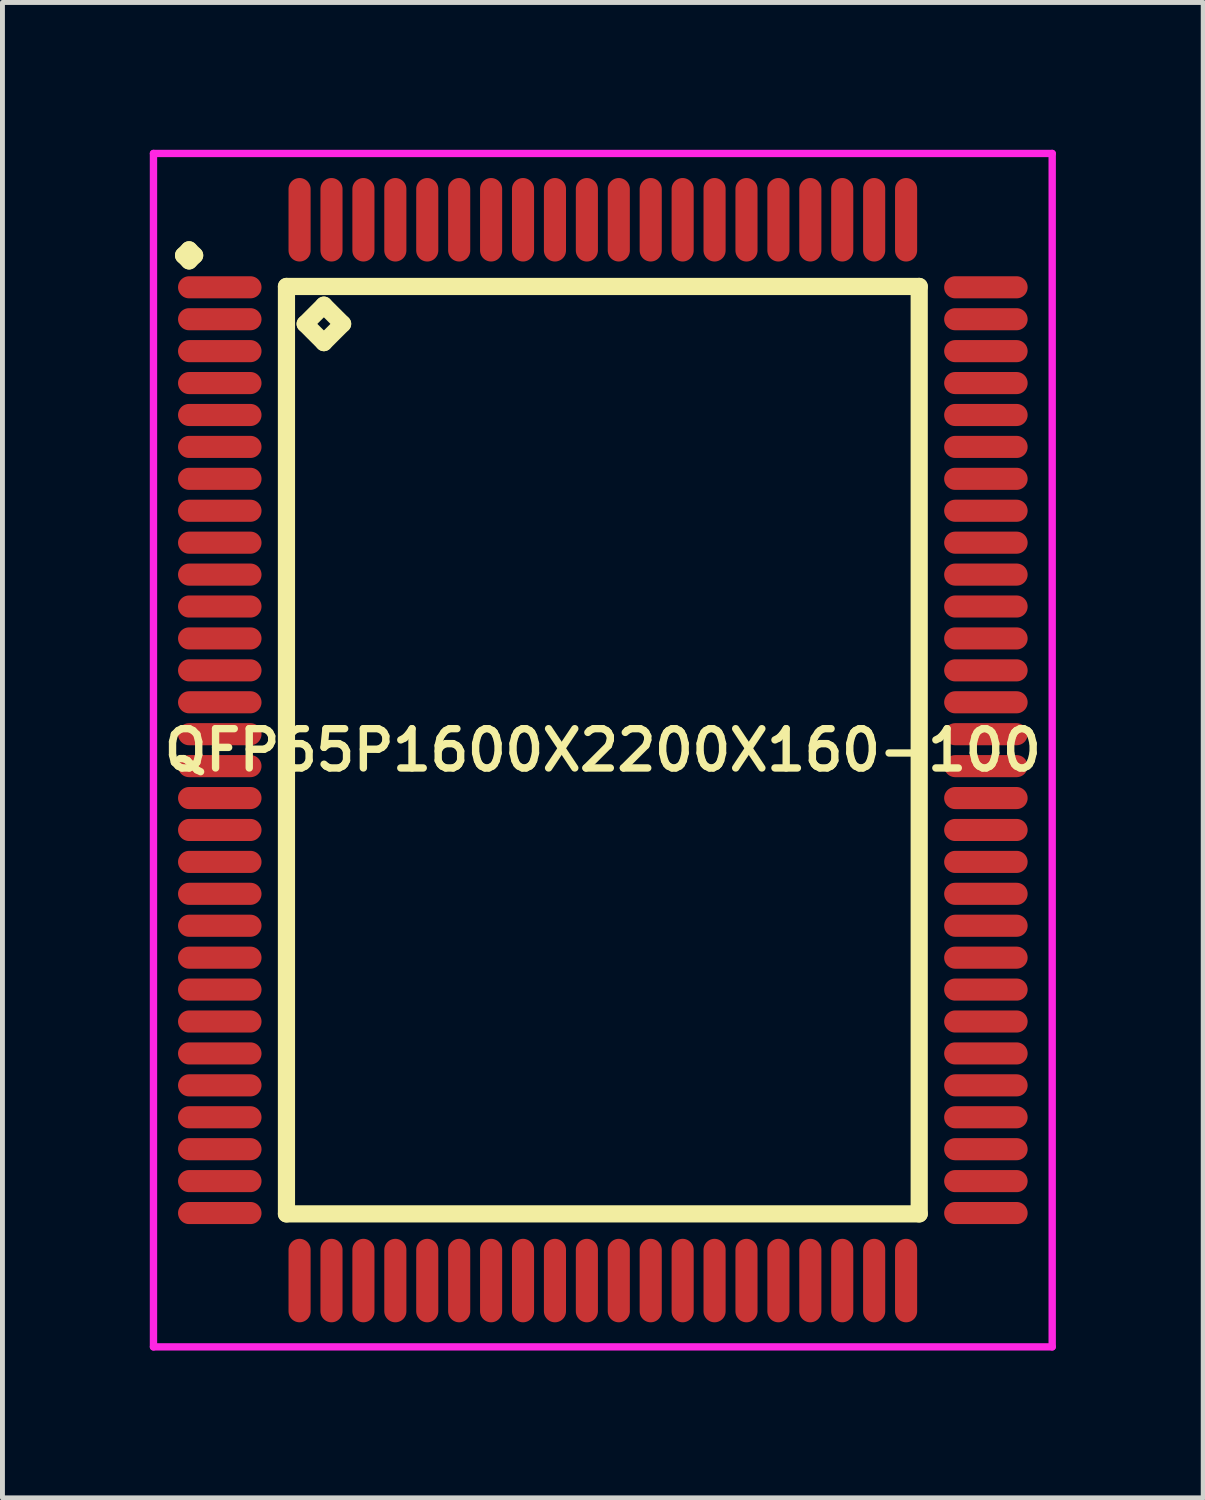
<source format=kicad_pcb>
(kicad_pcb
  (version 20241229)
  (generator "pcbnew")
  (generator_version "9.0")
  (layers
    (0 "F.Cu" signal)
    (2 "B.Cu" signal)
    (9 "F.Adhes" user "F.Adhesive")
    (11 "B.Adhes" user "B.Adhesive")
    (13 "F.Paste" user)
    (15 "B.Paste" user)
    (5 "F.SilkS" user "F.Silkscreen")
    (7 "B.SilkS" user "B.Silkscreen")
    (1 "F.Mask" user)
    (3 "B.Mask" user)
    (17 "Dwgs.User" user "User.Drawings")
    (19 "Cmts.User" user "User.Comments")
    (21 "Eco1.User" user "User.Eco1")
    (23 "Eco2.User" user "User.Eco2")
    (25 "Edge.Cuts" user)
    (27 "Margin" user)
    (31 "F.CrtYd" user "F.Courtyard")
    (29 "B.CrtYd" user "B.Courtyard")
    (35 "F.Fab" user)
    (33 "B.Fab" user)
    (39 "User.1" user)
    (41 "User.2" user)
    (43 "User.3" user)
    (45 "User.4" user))
  (footprint "QFP65P1600X2200X160-100"
    (layer "F.Cu")
    (at 9.225 12.225)
    (property "Reference" "QFP65P1600X2200X160-100" (at 0 0 0) (layer "F.SilkS") (effects (font (size 0.8 0.8) (thickness 0.15))))
    (attr through_hole)
    (fp_line (start -8.537 -10.075) (end -8.425 -10.188) (stroke (width 0.35) (type solid)) (layer "F.SilkS"))
    (fp_line (start -8.425 -10.188) (end -8.312 -10.075) (stroke (width 0.35) (type solid)) (layer "F.SilkS"))
    (fp_line (start -8.425 -9.963) (end -8.537 -10.075) (stroke (width 0.35) (type solid)) (layer "F.SilkS"))
    (fp_line (start -8.312 -10.075) (end -8.425 -9.963) (stroke (width 0.35) (type solid)) (layer "F.SilkS"))
    (fp_line (start -6.442 -9.442) (end -6.442 9.442) (stroke (width 0.35) (type solid)) (layer "F.SilkS"))
    (fp_line (start -6.442 9.442) (end 6.442 9.442) (stroke (width 0.35) (type solid)) (layer "F.SilkS"))
    (fp_line (start -6.061 -8.68) (end -5.68 -9.061) (stroke (width 0.35) (type solid)) (layer "F.SilkS"))
    (fp_line (start -5.68 -9.061) (end -5.299 -8.68) (stroke (width 0.35) (type solid)) (layer "F.SilkS"))
    (fp_line (start -5.68 -8.299) (end -6.061 -8.68) (stroke (width 0.35) (type solid)) (layer "F.SilkS"))
    (fp_line (start -5.299 -8.68) (end -5.68 -8.299) (stroke (width 0.35) (type solid)) (layer "F.SilkS"))
    (fp_line (start 6.442 -9.442) (end -6.442 -9.442) (stroke (width 0.35) (type solid)) (layer "F.SilkS"))
    (fp_line (start 6.442 9.442) (end 6.442 -9.442) (stroke (width 0.35) (type solid)) (layer "F.SilkS"))
    (fp_line (start -9.15 -12.15) (end 9.15 -12.15) (stroke (width 0.15) (type solid)) (layer "F.CrtYd"))
    (fp_line (start -9.15 12.15) (end -9.15 -12.15) (stroke (width 0.15) (type solid)) (layer "F.CrtYd"))
    (fp_line (start 9.15 -12.15) (end 9.15 12.15) (stroke (width 0.15) (type solid)) (layer "F.CrtYd"))
    (fp_line (start 9.15 12.15) (end -9.15 12.15) (stroke (width 0.15) (type solid)) (layer "F.CrtYd"))
    (pad "1" smd oval (at -7.8 -9.425) (size 1.7 0.45) (layers "F.Cu" "F.Mask" "F.Paste"))
    (pad "2" smd oval (at -7.8 -8.775) (size 1.7 0.45) (layers "F.Cu" "F.Mask" "F.Paste"))
    (pad "3" smd oval (at -7.8 -8.125) (size 1.7 0.45) (layers "F.Cu" "F.Mask" "F.Paste"))
    (pad "4" smd oval (at -7.8 -7.475) (size 1.7 0.45) (layers "F.Cu" "F.Mask" "F.Paste"))
    (pad "5" smd oval (at -7.8 -6.825) (size 1.7 0.45) (layers "F.Cu" "F.Mask" "F.Paste"))
    (pad "6" smd oval (at -7.8 -6.175) (size 1.7 0.45) (layers "F.Cu" "F.Mask" "F.Paste"))
    (pad "7" smd oval (at -7.8 -5.525) (size 1.7 0.45) (layers "F.Cu" "F.Mask" "F.Paste"))
    (pad "8" smd oval (at -7.8 -4.875) (size 1.7 0.45) (layers "F.Cu" "F.Mask" "F.Paste"))
    (pad "9" smd oval (at -7.8 -4.225) (size 1.7 0.45) (layers "F.Cu" "F.Mask" "F.Paste"))
    (pad "10" smd oval (at -7.8 -3.575) (size 1.7 0.45) (layers "F.Cu" "F.Mask" "F.Paste"))
    (pad "11" smd oval (at -7.8 -2.925) (size 1.7 0.45) (layers "F.Cu" "F.Mask" "F.Paste"))
    (pad "12" smd oval (at -7.8 -2.275) (size 1.7 0.45) (layers "F.Cu" "F.Mask" "F.Paste"))
    (pad "13" smd oval (at -7.8 -1.625) (size 1.7 0.45) (layers "F.Cu" "F.Mask" "F.Paste"))
    (pad "14" smd oval (at -7.8 -0.975) (size 1.7 0.45) (layers "F.Cu" "F.Mask" "F.Paste"))
    (pad "15" smd oval (at -7.8 -0.325) (size 1.7 0.45) (layers "F.Cu" "F.Mask" "F.Paste"))
    (pad "16" smd oval (at -7.8 0.325) (size 1.7 0.45) (layers "F.Cu" "F.Mask" "F.Paste"))
    (pad "17" smd oval (at -7.8 0.975) (size 1.7 0.45) (layers "F.Cu" "F.Mask" "F.Paste"))
    (pad "18" smd oval (at -7.8 1.625) (size 1.7 0.45) (layers "F.Cu" "F.Mask" "F.Paste"))
    (pad "19" smd oval (at -7.8 2.275) (size 1.7 0.45) (layers "F.Cu" "F.Mask" "F.Paste"))
    (pad "20" smd oval (at -7.8 2.925) (size 1.7 0.45) (layers "F.Cu" "F.Mask" "F.Paste"))
    (pad "21" smd oval (at -7.8 3.575) (size 1.7 0.45) (layers "F.Cu" "F.Mask" "F.Paste"))
    (pad "22" smd oval (at -7.8 4.225) (size 1.7 0.45) (layers "F.Cu" "F.Mask" "F.Paste"))
    (pad "23" smd oval (at -7.8 4.875) (size 1.7 0.45) (layers "F.Cu" "F.Mask" "F.Paste"))
    (pad "24" smd oval (at -7.8 5.525) (size 1.7 0.45) (layers "F.Cu" "F.Mask" "F.Paste"))
    (pad "25" smd oval (at -7.8 6.175) (size 1.7 0.45) (layers "F.Cu" "F.Mask" "F.Paste"))
    (pad "26" smd oval (at -7.8 6.825) (size 1.7 0.45) (layers "F.Cu" "F.Mask" "F.Paste"))
    (pad "27" smd oval (at -7.8 7.475) (size 1.7 0.45) (layers "F.Cu" "F.Mask" "F.Paste"))
    (pad "28" smd oval (at -7.8 8.125) (size 1.7 0.45) (layers "F.Cu" "F.Mask" "F.Paste"))
    (pad "29" smd oval (at -7.8 8.775) (size 1.7 0.45) (layers "F.Cu" "F.Mask" "F.Paste"))
    (pad "30" smd oval (at -7.8 9.425) (size 1.7 0.45) (layers "F.Cu" "F.Mask" "F.Paste"))
    (pad "31" smd oval (at -6.175 10.8) (size 0.45 1.7) (layers "F.Cu" "F.Mask" "F.Paste"))
    (pad "32" smd oval (at -5.525 10.8) (size 0.45 1.7) (layers "F.Cu" "F.Mask" "F.Paste"))
    (pad "33" smd oval (at -4.875 10.8) (size 0.45 1.7) (layers "F.Cu" "F.Mask" "F.Paste"))
    (pad "34" smd oval (at -4.225 10.8) (size 0.45 1.7) (layers "F.Cu" "F.Mask" "F.Paste"))
    (pad "35" smd oval (at -3.575 10.8) (size 0.45 1.7) (layers "F.Cu" "F.Mask" "F.Paste"))
    (pad "36" smd oval (at -2.925 10.8) (size 0.45 1.7) (layers "F.Cu" "F.Mask" "F.Paste"))
    (pad "37" smd oval (at -2.275 10.8) (size 0.45 1.7) (layers "F.Cu" "F.Mask" "F.Paste"))
    (pad "38" smd oval (at -1.625 10.8) (size 0.45 1.7) (layers "F.Cu" "F.Mask" "F.Paste"))
    (pad "39" smd oval (at -0.975 10.8) (size 0.45 1.7) (layers "F.Cu" "F.Mask" "F.Paste"))
    (pad "40" smd oval (at -0.325 10.8) (size 0.45 1.7) (layers "F.Cu" "F.Mask" "F.Paste"))
    (pad "41" smd oval (at 0.325 10.8) (size 0.45 1.7) (layers "F.Cu" "F.Mask" "F.Paste"))
    (pad "42" smd oval (at 0.975 10.8) (size 0.45 1.7) (layers "F.Cu" "F.Mask" "F.Paste"))
    (pad "43" smd oval (at 1.625 10.8) (size 0.45 1.7) (layers "F.Cu" "F.Mask" "F.Paste"))
    (pad "44" smd oval (at 2.275 10.8) (size 0.45 1.7) (layers "F.Cu" "F.Mask" "F.Paste"))
    (pad "45" smd oval (at 2.925 10.8) (size 0.45 1.7) (layers "F.Cu" "F.Mask" "F.Paste"))
    (pad "46" smd oval (at 3.575 10.8) (size 0.45 1.7) (layers "F.Cu" "F.Mask" "F.Paste"))
    (pad "47" smd oval (at 4.225 10.8) (size 0.45 1.7) (layers "F.Cu" "F.Mask" "F.Paste"))
    (pad "48" smd oval (at 4.875 10.8) (size 0.45 1.7) (layers "F.Cu" "F.Mask" "F.Paste"))
    (pad "49" smd oval (at 5.525 10.8) (size 0.45 1.7) (layers "F.Cu" "F.Mask" "F.Paste"))
    (pad "50" smd oval (at 6.175 10.8) (size 0.45 1.7) (layers "F.Cu" "F.Mask" "F.Paste"))
    (pad "51" smd oval (at 7.8 9.425) (size 1.7 0.45) (layers "F.Cu" "F.Mask" "F.Paste"))
    (pad "52" smd oval (at 7.8 8.775) (size 1.7 0.45) (layers "F.Cu" "F.Mask" "F.Paste"))
    (pad "53" smd oval (at 7.8 8.125) (size 1.7 0.45) (layers "F.Cu" "F.Mask" "F.Paste"))
    (pad "54" smd oval (at 7.8 7.475) (size 1.7 0.45) (layers "F.Cu" "F.Mask" "F.Paste"))
    (pad "55" smd oval (at 7.8 6.825) (size 1.7 0.45) (layers "F.Cu" "F.Mask" "F.Paste"))
    (pad "56" smd oval (at 7.8 6.175) (size 1.7 0.45) (layers "F.Cu" "F.Mask" "F.Paste"))
    (pad "57" smd oval (at 7.8 5.525) (size 1.7 0.45) (layers "F.Cu" "F.Mask" "F.Paste"))
    (pad "58" smd oval (at 7.8 4.875) (size 1.7 0.45) (layers "F.Cu" "F.Mask" "F.Paste"))
    (pad "59" smd oval (at 7.8 4.225) (size 1.7 0.45) (layers "F.Cu" "F.Mask" "F.Paste"))
    (pad "60" smd oval (at 7.8 3.575) (size 1.7 0.45) (layers "F.Cu" "F.Mask" "F.Paste"))
    (pad "61" smd oval (at 7.8 2.925) (size 1.7 0.45) (layers "F.Cu" "F.Mask" "F.Paste"))
    (pad "62" smd oval (at 7.8 2.275) (size 1.7 0.45) (layers "F.Cu" "F.Mask" "F.Paste"))
    (pad "63" smd oval (at 7.8 1.625) (size 1.7 0.45) (layers "F.Cu" "F.Mask" "F.Paste"))
    (pad "64" smd oval (at 7.8 0.975) (size 1.7 0.45) (layers "F.Cu" "F.Mask" "F.Paste"))
    (pad "65" smd oval (at 7.8 0.325) (size 1.7 0.45) (layers "F.Cu" "F.Mask" "F.Paste"))
    (pad "66" smd oval (at 7.8 -0.325) (size 1.7 0.45) (layers "F.Cu" "F.Mask" "F.Paste"))
    (pad "67" smd oval (at 7.8 -0.975) (size 1.7 0.45) (layers "F.Cu" "F.Mask" "F.Paste"))
    (pad "68" smd oval (at 7.8 -1.625) (size 1.7 0.45) (layers "F.Cu" "F.Mask" "F.Paste"))
    (pad "69" smd oval (at 7.8 -2.275) (size 1.7 0.45) (layers "F.Cu" "F.Mask" "F.Paste"))
    (pad "70" smd oval (at 7.8 -2.925) (size 1.7 0.45) (layers "F.Cu" "F.Mask" "F.Paste"))
    (pad "71" smd oval (at 7.8 -3.575) (size 1.7 0.45) (layers "F.Cu" "F.Mask" "F.Paste"))
    (pad "72" smd oval (at 7.8 -4.225) (size 1.7 0.45) (layers "F.Cu" "F.Mask" "F.Paste"))
    (pad "73" smd oval (at 7.8 -4.875) (size 1.7 0.45) (layers "F.Cu" "F.Mask" "F.Paste"))
    (pad "74" smd oval (at 7.8 -5.525) (size 1.7 0.45) (layers "F.Cu" "F.Mask" "F.Paste"))
    (pad "75" smd oval (at 7.8 -6.175) (size 1.7 0.45) (layers "F.Cu" "F.Mask" "F.Paste"))
    (pad "76" smd oval (at 7.8 -6.825) (size 1.7 0.45) (layers "F.Cu" "F.Mask" "F.Paste"))
    (pad "77" smd oval (at 7.8 -7.475) (size 1.7 0.45) (layers "F.Cu" "F.Mask" "F.Paste"))
    (pad "78" smd oval (at 7.8 -8.125) (size 1.7 0.45) (layers "F.Cu" "F.Mask" "F.Paste"))
    (pad "79" smd oval (at 7.8 -8.775) (size 1.7 0.45) (layers "F.Cu" "F.Mask" "F.Paste"))
    (pad "80" smd oval (at 7.8 -9.425) (size 1.7 0.45) (layers "F.Cu" "F.Mask" "F.Paste"))
    (pad "81" smd oval (at 6.175 -10.8) (size 0.45 1.7) (layers "F.Cu" "F.Mask" "F.Paste"))
    (pad "82" smd oval (at 5.525 -10.8) (size 0.45 1.7) (layers "F.Cu" "F.Mask" "F.Paste"))
    (pad "83" smd oval (at 4.875 -10.8) (size 0.45 1.7) (layers "F.Cu" "F.Mask" "F.Paste"))
    (pad "84" smd oval (at 4.225 -10.8) (size 0.45 1.7) (layers "F.Cu" "F.Mask" "F.Paste"))
    (pad "85" smd oval (at 3.575 -10.8) (size 0.45 1.7) (layers "F.Cu" "F.Mask" "F.Paste"))
    (pad "86" smd oval (at 2.925 -10.8) (size 0.45 1.7) (layers "F.Cu" "F.Mask" "F.Paste"))
    (pad "87" smd oval (at 2.275 -10.8) (size 0.45 1.7) (layers "F.Cu" "F.Mask" "F.Paste"))
    (pad "88" smd oval (at 1.625 -10.8) (size 0.45 1.7) (layers "F.Cu" "F.Mask" "F.Paste"))
    (pad "89" smd oval (at 0.975 -10.8) (size 0.45 1.7) (layers "F.Cu" "F.Mask" "F.Paste"))
    (pad "90" smd oval (at 0.325 -10.8) (size 0.45 1.7) (layers "F.Cu" "F.Mask" "F.Paste"))
    (pad "91" smd oval (at -0.325 -10.8) (size 0.45 1.7) (layers "F.Cu" "F.Mask" "F.Paste"))
    (pad "92" smd oval (at -0.975 -10.8) (size 0.45 1.7) (layers "F.Cu" "F.Mask" "F.Paste"))
    (pad "93" smd oval (at -1.625 -10.8) (size 0.45 1.7) (layers "F.Cu" "F.Mask" "F.Paste"))
    (pad "94" smd oval (at -2.275 -10.8) (size 0.45 1.7) (layers "F.Cu" "F.Mask" "F.Paste"))
    (pad "95" smd oval (at -2.925 -10.8) (size 0.45 1.7) (layers "F.Cu" "F.Mask" "F.Paste"))
    (pad "96" smd oval (at -3.575 -10.8) (size 0.45 1.7) (layers "F.Cu" "F.Mask" "F.Paste"))
    (pad "97" smd oval (at -4.225 -10.8) (size 0.45 1.7) (layers "F.Cu" "F.Mask" "F.Paste"))
    (pad "98" smd oval (at -4.875 -10.8) (size 0.45 1.7) (layers "F.Cu" "F.Mask" "F.Paste"))
    (pad "99" smd oval (at -5.525 -10.8) (size 0.45 1.7) (layers "F.Cu" "F.Mask" "F.Paste"))
    (pad "100" smd oval (at -6.175 -10.8) (size 0.45 1.7) (layers "F.Cu" "F.Mask" "F.Paste")))
  (gr_rect
    (start -3 -3)
    (end 21.45 27.45)
    (stroke (width 0.1) (type default))
    (fill no)
    (layer "Edge.Cuts")))
</source>
